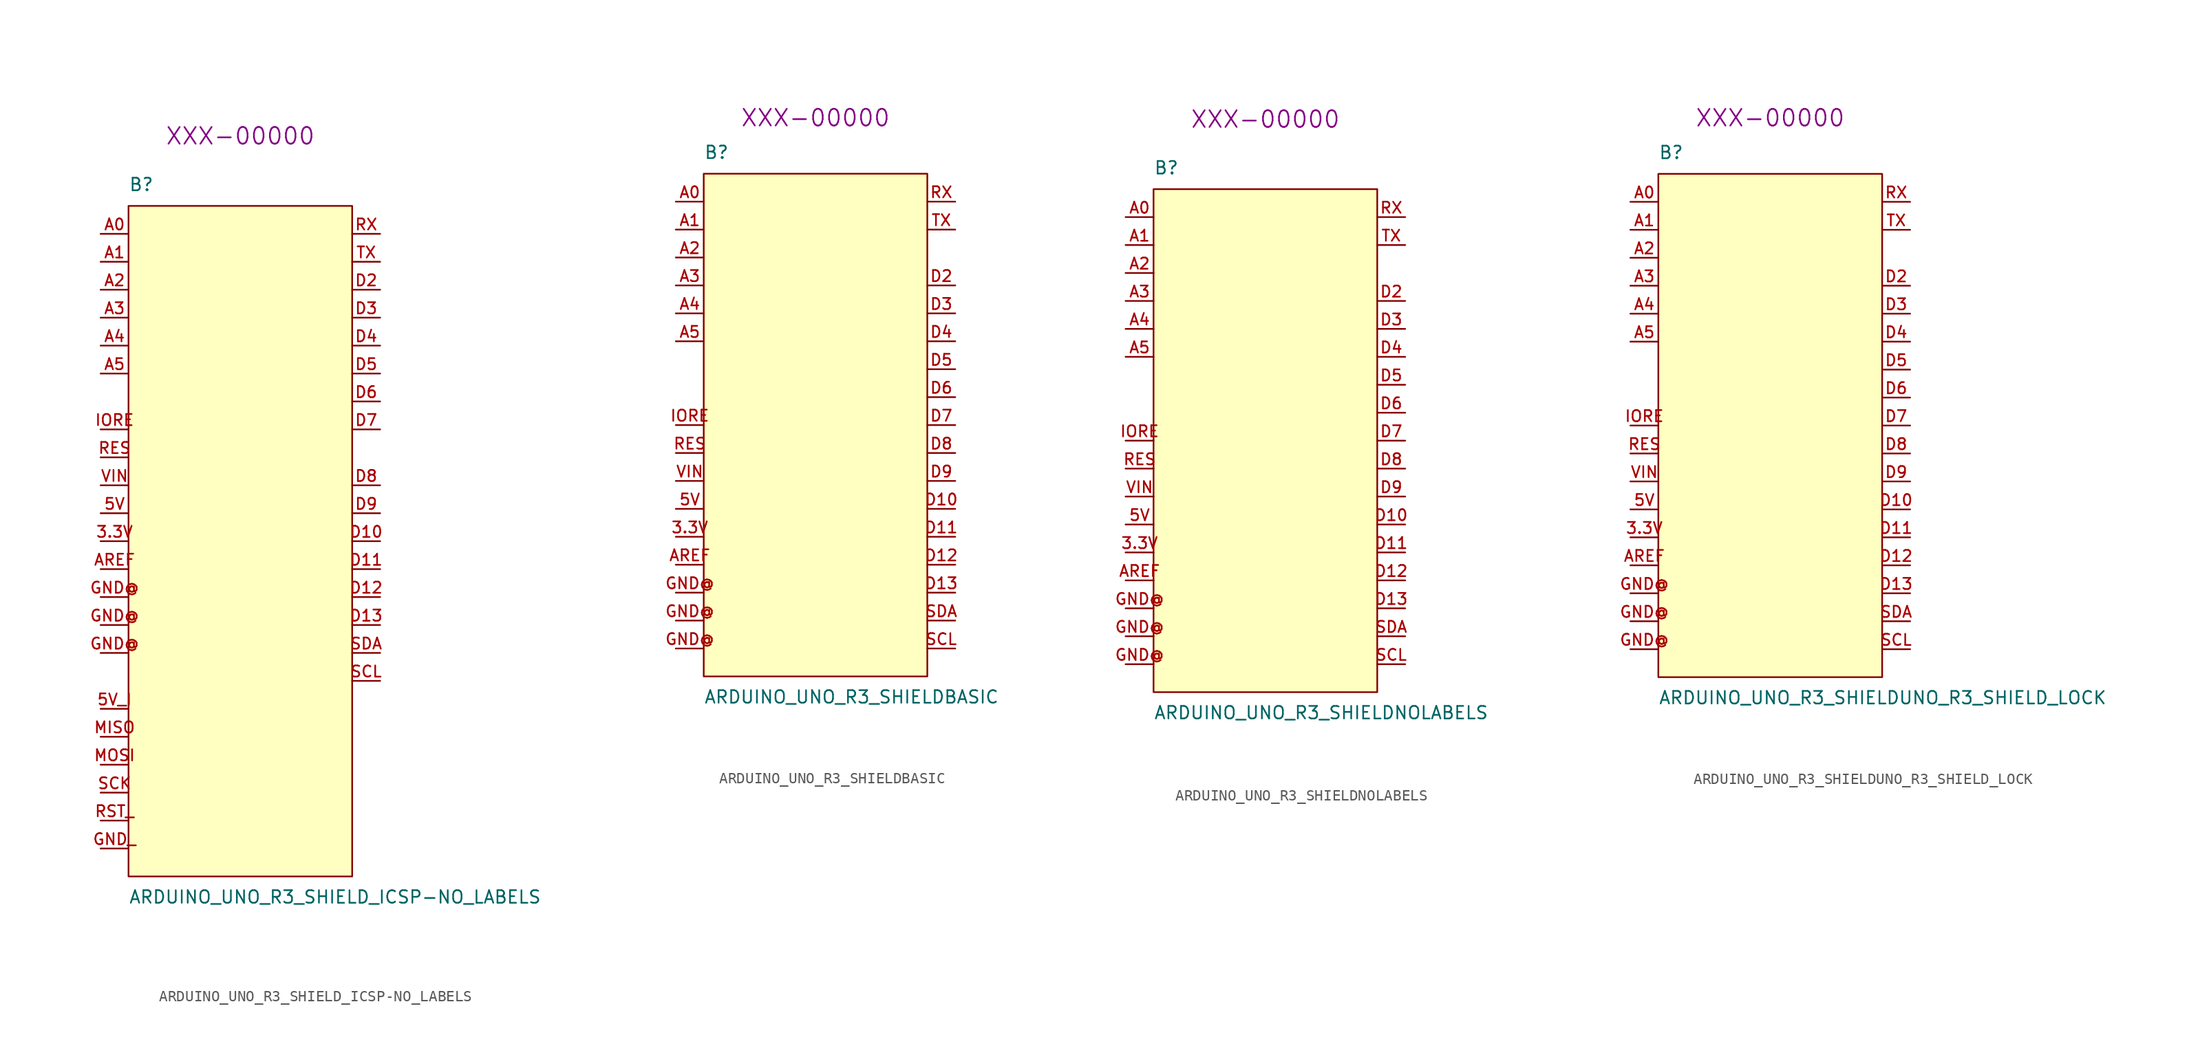
<source format=kicad_sym>
(kicad_symbol_lib
  (version 20201005)
  (generator kicad_symbol_editor)
  (symbol "ARDUINO_UNO_R3_SHIELD_ICSP-NO_LABELS"
    (pin_names
      (offset 1.016) hide)
    (property "Reference" "B"
      (at -10.16 31.75 0)
      (effects (font (size 1.143 1.143)) (justify left bottom)))
    (property "Value" "ARDUINO_UNO_R3_SHIELD_ICSP-NO_LABELS"
      (at -10.16 -33.02 0)
      (effects (font (size 1.143 1.143)) (justify left bottom)))
    (property "Field4" "XXX-00000"
      (at 0 36.83 0)
      (effects (font (size 1.524 1.524))))
    (property "ki_locked" ""
      (at 0 0 0)
      (effects (font (size 1.27 1.27))))
    (symbol "ARDUINO_UNO_R3_SHIELD_ICSP-NO_LABELS_1_1"
      (polyline (pts (xy -10.16 -30.48) (xy -10.16 30.48) (xy 10.16 30.48) (xy 10.16 -30.48) (xy -10.16 -30.48)) (stroke (width 0)) (fill (type background)))
      (pin bidirectional line (at -12.7 27.94 0) (length 2.54) (name "A0" (effects (font (size 1.016 1.016)))) (number "A0" (effects (font (size 1.016 1.016)))))
      (pin bidirectional line (at -12.7 25.4 0) (length 2.54) (name "A1" (effects (font (size 1.016 1.016)))) (number "A1" (effects (font (size 1.016 1.016)))))
      (pin bidirectional line (at -12.7 22.86 0) (length 2.54) (name "A2" (effects (font (size 1.016 1.016)))) (number "A2" (effects (font (size 1.016 1.016)))))
      (pin bidirectional line (at 12.7 22.86 180) (length 2.54) (name "D2" (effects (font (size 1.016 1.016)))) (number "D2" (effects (font (size 1.016 1.016)))))
      (pin bidirectional line (at -12.7 20.32 0) (length 2.54) (name "A3" (effects (font (size 1.016 1.016)))) (number "A3" (effects (font (size 1.016 1.016)))))
      (pin bidirectional line (at 12.7 20.32 180) (length 2.54) (name "*D3" (effects (font (size 1.016 1.016)))) (number "D3" (effects (font (size 1.016 1.016)))))
      (pin bidirectional line (at -12.7 17.78 0) (length 2.54) (name "A4" (effects (font (size 1.016 1.016)))) (number "A4" (effects (font (size 1.016 1.016)))))
      (pin bidirectional line (at 12.7 17.78 180) (length 2.54) (name "D4" (effects (font (size 1.016 1.016)))) (number "D4" (effects (font (size 1.016 1.016)))))
      (pin bidirectional line (at -12.7 15.24 0) (length 2.54) (name "A5" (effects (font (size 1.016 1.016)))) (number "A5" (effects (font (size 1.016 1.016)))))
      (pin bidirectional line (at 12.7 15.24 180) (length 2.54) (name "*D5" (effects (font (size 1.016 1.016)))) (number "D5" (effects (font (size 1.016 1.016)))))
      (pin bidirectional line (at 12.7 12.7 180) (length 2.54) (name "*D6" (effects (font (size 1.016 1.016)))) (number "D6" (effects (font (size 1.016 1.016)))))
      (pin bidirectional line (at 12.7 10.16 180) (length 2.54) (name "D7" (effects (font (size 1.016 1.016)))) (number "D7" (effects (font (size 1.016 1.016)))))
      (pin bidirectional line (at 12.7 5.08 180) (length 2.54) (name "D8" (effects (font (size 1.016 1.016)))) (number "D8" (effects (font (size 1.016 1.016)))))
      (pin bidirectional line (at 12.7 2.54 180) (length 2.54) (name "*D9" (effects (font (size 1.016 1.016)))) (number "D9" (effects (font (size 1.016 1.016)))))
      (pin bidirectional line (at -12.7 2.54 0) (length 2.54) (name "5V" (effects (font (size 1.016 1.016)))) (number "5V" (effects (font (size 1.016 1.016)))))
      (pin bidirectional line (at 12.7 27.94 180) (length 2.54) (name "D0" (effects (font (size 1.016 1.016)))) (number "RX" (effects (font (size 1.016 1.016)))))
      (pin bidirectional line (at 12.7 25.4 180) (length 2.54) (name "D1" (effects (font (size 1.016 1.016)))) (number "TX" (effects (font (size 1.016 1.016)))))
      (pin bidirectional line (at 12.7 0 180) (length 2.54) (name "*D10" (effects (font (size 1.016 1.016)))) (number "D10" (effects (font (size 1.016 1.016)))))
      (pin bidirectional line (at 12.7 -2.54 180) (length 2.54) (name "*D11" (effects (font (size 1.016 1.016)))) (number "D11" (effects (font (size 1.016 1.016)))))
      (pin bidirectional line (at 12.7 -5.08 180) (length 2.54) (name "D12" (effects (font (size 1.016 1.016)))) (number "D12" (effects (font (size 1.016 1.016)))))
      (pin bidirectional line (at 12.7 -7.62 180) (length 2.54) (name "D13" (effects (font (size 1.016 1.016)))) (number "D13" (effects (font (size 1.016 1.016)))))
      (pin bidirectional line (at 12.7 -10.16 180) (length 2.54) (name "SDA" (effects (font (size 1.016 1.016)))) (number "SDA" (effects (font (size 1.016 1.016)))))
      (pin bidirectional line (at -12.7 -22.86 0) (length 2.54) (name "SCK" (effects (font (size 1.016 1.016)))) (number "SCK" (effects (font (size 1.016 1.016)))))
      (pin bidirectional line (at 12.7 -12.7 180) (length 2.54) (name "SCL" (effects (font (size 1.016 1.016)))) (number "SCL" (effects (font (size 1.016 1.016)))))
      (pin bidirectional line (at -12.7 5.08 0) (length 2.54) (name "VIN" (effects (font (size 1.016 1.016)))) (number "VIN" (effects (font (size 1.016 1.016)))))
      (pin bidirectional line (at -12.7 7.62 0) (length 2.54) (name "~RESET~" (effects (font (size 1.016 1.016)))) (number "RES" (effects (font (size 1.016 1.016)))))
      (pin bidirectional line (at -12.7 -10.16 0) (length 2.54) (name "GND" (effects (font (size 1.016 1.016)))) (number "GND@" (effects (font (size 1.016 1.016)))))
      (pin bidirectional line (at -12.7 -7.62 0) (length 2.54) (name "GND" (effects (font (size 1.016 1.016)))) (number "GND@" (effects (font (size 1.016 1.016)))))
      (pin bidirectional line (at -12.7 -5.08 0) (length 2.54) (name "GND" (effects (font (size 1.016 1.016)))) (number "GND@" (effects (font (size 1.016 1.016)))))
      (pin bidirectional line (at -12.7 10.16 0) (length 2.54) (name "IOREF" (effects (font (size 1.016 1.016)))) (number "IORE" (effects (font (size 1.016 1.016)))))
      (pin bidirectional line (at -12.7 -2.54 0) (length 2.54) (name "AREF" (effects (font (size 1.016 1.016)))) (number "AREF" (effects (font (size 1.016 1.016)))))
      (pin bidirectional line (at -12.7 -20.32 0) (length 2.54) (name "MOSI" (effects (font (size 1.016 1.016)))) (number "MOSI" (effects (font (size 1.016 1.016)))))
      (pin bidirectional line (at -12.7 -15.24 0) (length 2.54) (name "VCC" (effects (font (size 1.016 1.016)))) (number "5V_I" (effects (font (size 1.016 1.016)))))
      (pin bidirectional line (at -12.7 -17.78 0) (length 2.54) (name "MISO" (effects (font (size 1.016 1.016)))) (number "MISO" (effects (font (size 1.016 1.016)))))
      (pin bidirectional line (at -12.7 0 0) (length 2.54) (name "3.3V" (effects (font (size 1.016 1.016)))) (number "3.3V" (effects (font (size 1.016 1.016)))))
      (pin bidirectional line (at -12.7 -27.94 0) (length 2.54) (name "GND" (effects (font (size 1.016 1.016)))) (number "GND_" (effects (font (size 1.016 1.016)))))
      (pin bidirectional line (at -12.7 -25.4 0) (length 2.54) (name "~RESET~" (effects (font (size 1.016 1.016)))) (number "RST_" (effects (font (size 1.016 1.016)))))))
  (symbol "ARDUINO_UNO_R3_SHIELDBASIC"
    (pin_names
      (offset 1.016) hide)
    (property "Reference" "B"
      (at -10.16 21.59 0)
      (effects (font (size 1.143 1.143)) (justify left bottom)))
    (property "Value" "ARDUINO_UNO_R3_SHIELDBASIC"
      (at -10.16 -27.94 0)
      (effects (font (size 1.143 1.143)) (justify left bottom)))
    (property "Field4" "XXX-00000"
      (at 0 25.4 0)
      (effects (font (size 1.524 1.524))))
    (property "ki_locked" ""
      (at 0 0 0)
      (effects (font (size 1.27 1.27))))
    (symbol "ARDUINO_UNO_R3_SHIELDBASIC_1_1"
      (polyline (pts (xy -10.16 -25.4) (xy -10.16 20.32) (xy 10.16 20.32) (xy 10.16 -25.4) (xy -10.16 -25.4)) (stroke (width 0)) (fill (type background)))
      (pin bidirectional line (at -12.7 17.78 0) (length 2.54) (name "A0" (effects (font (size 1.016 1.016)))) (number "A0" (effects (font (size 1.016 1.016)))))
      (pin bidirectional line (at -12.7 15.24 0) (length 2.54) (name "A1" (effects (font (size 1.016 1.016)))) (number "A1" (effects (font (size 1.016 1.016)))))
      (pin bidirectional line (at -12.7 12.7 0) (length 2.54) (name "A2" (effects (font (size 1.016 1.016)))) (number "A2" (effects (font (size 1.016 1.016)))))
      (pin bidirectional line (at 12.7 10.16 180) (length 2.54) (name "D2" (effects (font (size 1.016 1.016)))) (number "D2" (effects (font (size 1.016 1.016)))))
      (pin bidirectional line (at -12.7 10.16 0) (length 2.54) (name "A3" (effects (font (size 1.016 1.016)))) (number "A3" (effects (font (size 1.016 1.016)))))
      (pin bidirectional line (at 12.7 7.62 180) (length 2.54) (name "*D3" (effects (font (size 1.016 1.016)))) (number "D3" (effects (font (size 1.016 1.016)))))
      (pin bidirectional line (at -12.7 7.62 0) (length 2.54) (name "A4" (effects (font (size 1.016 1.016)))) (number "A4" (effects (font (size 1.016 1.016)))))
      (pin bidirectional line (at 12.7 5.08 180) (length 2.54) (name "D4" (effects (font (size 1.016 1.016)))) (number "D4" (effects (font (size 1.016 1.016)))))
      (pin bidirectional line (at -12.7 5.08 0) (length 2.54) (name "A5" (effects (font (size 1.016 1.016)))) (number "A5" (effects (font (size 1.016 1.016)))))
      (pin bidirectional line (at 12.7 2.54 180) (length 2.54) (name "*D5" (effects (font (size 1.016 1.016)))) (number "D5" (effects (font (size 1.016 1.016)))))
      (pin bidirectional line (at 12.7 0 180) (length 2.54) (name "*D6" (effects (font (size 1.016 1.016)))) (number "D6" (effects (font (size 1.016 1.016)))))
      (pin bidirectional line (at 12.7 -2.54 180) (length 2.54) (name "D7" (effects (font (size 1.016 1.016)))) (number "D7" (effects (font (size 1.016 1.016)))))
      (pin bidirectional line (at 12.7 -5.08 180) (length 2.54) (name "D8" (effects (font (size 1.016 1.016)))) (number "D8" (effects (font (size 1.016 1.016)))))
      (pin bidirectional line (at 12.7 -7.62 180) (length 2.54) (name "*D9" (effects (font (size 1.016 1.016)))) (number "D9" (effects (font (size 1.016 1.016)))))
      (pin bidirectional line (at -12.7 -10.16 0) (length 2.54) (name "5V" (effects (font (size 1.016 1.016)))) (number "5V" (effects (font (size 1.016 1.016)))))
      (pin bidirectional line (at 12.7 17.78 180) (length 2.54) (name "RX" (effects (font (size 1.016 1.016)))) (number "RX" (effects (font (size 1.016 1.016)))))
      (pin bidirectional line (at 12.7 15.24 180) (length 2.54) (name "TX" (effects (font (size 1.016 1.016)))) (number "TX" (effects (font (size 1.016 1.016)))))
      (pin bidirectional line (at 12.7 -10.16 180) (length 2.54) (name "*D10" (effects (font (size 1.016 1.016)))) (number "D10" (effects (font (size 1.016 1.016)))))
      (pin bidirectional line (at 12.7 -12.7 180) (length 2.54) (name "*D11" (effects (font (size 1.016 1.016)))) (number "D11" (effects (font (size 1.016 1.016)))))
      (pin bidirectional line (at 12.7 -15.24 180) (length 2.54) (name "D12" (effects (font (size 1.016 1.016)))) (number "D12" (effects (font (size 1.016 1.016)))))
      (pin bidirectional line (at 12.7 -17.78 180) (length 2.54) (name "D13" (effects (font (size 1.016 1.016)))) (number "D13" (effects (font (size 1.016 1.016)))))
      (pin bidirectional line (at 12.7 -20.32 180) (length 2.54) (name "SDA" (effects (font (size 1.016 1.016)))) (number "SDA" (effects (font (size 1.016 1.016)))))
      (pin bidirectional line (at 12.7 -22.86 180) (length 2.54) (name "SCL" (effects (font (size 1.016 1.016)))) (number "SCL" (effects (font (size 1.016 1.016)))))
      (pin bidirectional line (at -12.7 -7.62 0) (length 2.54) (name "VIN" (effects (font (size 1.016 1.016)))) (number "VIN" (effects (font (size 1.016 1.016)))))
      (pin bidirectional line (at -12.7 -5.08 0) (length 2.54) (name "RES" (effects (font (size 1.016 1.016)))) (number "RES" (effects (font (size 1.016 1.016)))))
      (pin bidirectional line (at -12.7 -22.86 0) (length 2.54) (name "GND" (effects (font (size 1.016 1.016)))) (number "GND@" (effects (font (size 1.016 1.016)))))
      (pin bidirectional line (at -12.7 -20.32 0) (length 2.54) (name "GND" (effects (font (size 1.016 1.016)))) (number "GND@" (effects (font (size 1.016 1.016)))))
      (pin bidirectional line (at -12.7 -17.78 0) (length 2.54) (name "GND" (effects (font (size 1.016 1.016)))) (number "GND@" (effects (font (size 1.016 1.016)))))
      (pin bidirectional line (at -12.7 -2.54 0) (length 2.54) (name "IOREF" (effects (font (size 1.016 1.016)))) (number "IORE" (effects (font (size 1.016 1.016)))))
      (pin bidirectional line (at -12.7 -15.24 0) (length 2.54) (name "AREF" (effects (font (size 1.016 1.016)))) (number "AREF" (effects (font (size 1.016 1.016)))))
      (pin bidirectional line (at -12.7 -12.7 0) (length 2.54) (name "3.3V" (effects (font (size 1.016 1.016)))) (number "3.3V" (effects (font (size 1.016 1.016)))))))
  (symbol "ARDUINO_UNO_R3_SHIELDNOLABELS"
    (pin_names
      (offset 1.016) hide)
    (property "Reference" "B"
      (at -10.16 21.59 0)
      (effects (font (size 1.143 1.143)) (justify left bottom)))
    (property "Value" "ARDUINO_UNO_R3_SHIELDNOLABELS"
      (at -10.16 -27.94 0)
      (effects (font (size 1.143 1.143)) (justify left bottom)))
    (property "Field4" "XXX-00000"
      (at 0 26.67 0)
      (effects (font (size 1.524 1.524))))
    (property "ki_locked" ""
      (at 0 0 0)
      (effects (font (size 1.27 1.27))))
    (symbol "ARDUINO_UNO_R3_SHIELDNOLABELS_1_1"
      (polyline (pts (xy -10.16 -25.4) (xy -10.16 20.32) (xy 10.16 20.32) (xy 10.16 -25.4) (xy -10.16 -25.4)) (stroke (width 0)) (fill (type background)))
      (pin bidirectional line (at -12.7 17.78 0) (length 2.54) (name "A0" (effects (font (size 1.016 1.016)))) (number "A0" (effects (font (size 1.016 1.016)))))
      (pin bidirectional line (at -12.7 15.24 0) (length 2.54) (name "A1" (effects (font (size 1.016 1.016)))) (number "A1" (effects (font (size 1.016 1.016)))))
      (pin bidirectional line (at -12.7 12.7 0) (length 2.54) (name "A2" (effects (font (size 1.016 1.016)))) (number "A2" (effects (font (size 1.016 1.016)))))
      (pin bidirectional line (at 12.7 10.16 180) (length 2.54) (name "D2" (effects (font (size 1.016 1.016)))) (number "D2" (effects (font (size 1.016 1.016)))))
      (pin bidirectional line (at -12.7 10.16 0) (length 2.54) (name "A3" (effects (font (size 1.016 1.016)))) (number "A3" (effects (font (size 1.016 1.016)))))
      (pin bidirectional line (at 12.7 7.62 180) (length 2.54) (name "*D3" (effects (font (size 1.016 1.016)))) (number "D3" (effects (font (size 1.016 1.016)))))
      (pin bidirectional line (at -12.7 7.62 0) (length 2.54) (name "A4" (effects (font (size 1.016 1.016)))) (number "A4" (effects (font (size 1.016 1.016)))))
      (pin bidirectional line (at 12.7 5.08 180) (length 2.54) (name "D4" (effects (font (size 1.016 1.016)))) (number "D4" (effects (font (size 1.016 1.016)))))
      (pin bidirectional line (at -12.7 5.08 0) (length 2.54) (name "A5" (effects (font (size 1.016 1.016)))) (number "A5" (effects (font (size 1.016 1.016)))))
      (pin bidirectional line (at 12.7 2.54 180) (length 2.54) (name "*D5" (effects (font (size 1.016 1.016)))) (number "D5" (effects (font (size 1.016 1.016)))))
      (pin bidirectional line (at 12.7 0 180) (length 2.54) (name "*D6" (effects (font (size 1.016 1.016)))) (number "D6" (effects (font (size 1.016 1.016)))))
      (pin bidirectional line (at 12.7 -2.54 180) (length 2.54) (name "D7" (effects (font (size 1.016 1.016)))) (number "D7" (effects (font (size 1.016 1.016)))))
      (pin bidirectional line (at 12.7 -5.08 180) (length 2.54) (name "D8" (effects (font (size 1.016 1.016)))) (number "D8" (effects (font (size 1.016 1.016)))))
      (pin bidirectional line (at 12.7 -7.62 180) (length 2.54) (name "*D9" (effects (font (size 1.016 1.016)))) (number "D9" (effects (font (size 1.016 1.016)))))
      (pin bidirectional line (at -12.7 -10.16 0) (length 2.54) (name "5V" (effects (font (size 1.016 1.016)))) (number "5V" (effects (font (size 1.016 1.016)))))
      (pin bidirectional line (at 12.7 17.78 180) (length 2.54) (name "RX" (effects (font (size 1.016 1.016)))) (number "RX" (effects (font (size 1.016 1.016)))))
      (pin bidirectional line (at 12.7 15.24 180) (length 2.54) (name "TX" (effects (font (size 1.016 1.016)))) (number "TX" (effects (font (size 1.016 1.016)))))
      (pin bidirectional line (at 12.7 -10.16 180) (length 2.54) (name "*D10" (effects (font (size 1.016 1.016)))) (number "D10" (effects (font (size 1.016 1.016)))))
      (pin bidirectional line (at 12.7 -12.7 180) (length 2.54) (name "*D11" (effects (font (size 1.016 1.016)))) (number "D11" (effects (font (size 1.016 1.016)))))
      (pin bidirectional line (at 12.7 -15.24 180) (length 2.54) (name "D12" (effects (font (size 1.016 1.016)))) (number "D12" (effects (font (size 1.016 1.016)))))
      (pin bidirectional line (at 12.7 -17.78 180) (length 2.54) (name "D13" (effects (font (size 1.016 1.016)))) (number "D13" (effects (font (size 1.016 1.016)))))
      (pin bidirectional line (at 12.7 -20.32 180) (length 2.54) (name "SDA" (effects (font (size 1.016 1.016)))) (number "SDA" (effects (font (size 1.016 1.016)))))
      (pin bidirectional line (at 12.7 -22.86 180) (length 2.54) (name "SCL" (effects (font (size 1.016 1.016)))) (number "SCL" (effects (font (size 1.016 1.016)))))
      (pin bidirectional line (at -12.7 -7.62 0) (length 2.54) (name "VIN" (effects (font (size 1.016 1.016)))) (number "VIN" (effects (font (size 1.016 1.016)))))
      (pin bidirectional line (at -12.7 -5.08 0) (length 2.54) (name "RES" (effects (font (size 1.016 1.016)))) (number "RES" (effects (font (size 1.016 1.016)))))
      (pin bidirectional line (at -12.7 -22.86 0) (length 2.54) (name "GND" (effects (font (size 1.016 1.016)))) (number "GND@" (effects (font (size 1.016 1.016)))))
      (pin bidirectional line (at -12.7 -20.32 0) (length 2.54) (name "GND" (effects (font (size 1.016 1.016)))) (number "GND@" (effects (font (size 1.016 1.016)))))
      (pin bidirectional line (at -12.7 -17.78 0) (length 2.54) (name "GND" (effects (font (size 1.016 1.016)))) (number "GND@" (effects (font (size 1.016 1.016)))))
      (pin bidirectional line (at -12.7 -2.54 0) (length 2.54) (name "IOREF" (effects (font (size 1.016 1.016)))) (number "IORE" (effects (font (size 1.016 1.016)))))
      (pin bidirectional line (at -12.7 -15.24 0) (length 2.54) (name "AREF" (effects (font (size 1.016 1.016)))) (number "AREF" (effects (font (size 1.016 1.016)))))
      (pin bidirectional line (at -12.7 -12.7 0) (length 2.54) (name "3.3V" (effects (font (size 1.016 1.016)))) (number "3.3V" (effects (font (size 1.016 1.016)))))))
  (symbol "ARDUINO_UNO_R3_SHIELDUNO_R3_SHIELD_LOCK"
    (pin_names
      (offset 1.016) hide)
    (property "Reference" "B"
      (at -10.16 21.59 0)
      (effects (font (size 1.143 1.143)) (justify left bottom)))
    (property "Value" "ARDUINO_UNO_R3_SHIELDUNO_R3_SHIELD_LOCK"
      (at -10.16 -27.94 0)
      (effects (font (size 1.143 1.143)) (justify left bottom)))
    (property "Field4" "XXX-00000"
      (at 0 25.4 0)
      (effects (font (size 1.524 1.524))))
    (property "ki_locked" ""
      (at 0 0 0)
      (effects (font (size 1.27 1.27))))
    (symbol "ARDUINO_UNO_R3_SHIELDUNO_R3_SHIELD_LOCK_1_1"
      (polyline (pts (xy -10.16 -25.4) (xy -10.16 20.32) (xy 10.16 20.32) (xy 10.16 -25.4) (xy -10.16 -25.4)) (stroke (width 0)) (fill (type background)))
      (pin bidirectional line (at -12.7 17.78 0) (length 2.54) (name "A0" (effects (font (size 1.016 1.016)))) (number "A0" (effects (font (size 1.016 1.016)))))
      (pin bidirectional line (at -12.7 15.24 0) (length 2.54) (name "A1" (effects (font (size 1.016 1.016)))) (number "A1" (effects (font (size 1.016 1.016)))))
      (pin bidirectional line (at -12.7 12.7 0) (length 2.54) (name "A2" (effects (font (size 1.016 1.016)))) (number "A2" (effects (font (size 1.016 1.016)))))
      (pin bidirectional line (at 12.7 10.16 180) (length 2.54) (name "D2" (effects (font (size 1.016 1.016)))) (number "D2" (effects (font (size 1.016 1.016)))))
      (pin bidirectional line (at -12.7 10.16 0) (length 2.54) (name "A3" (effects (font (size 1.016 1.016)))) (number "A3" (effects (font (size 1.016 1.016)))))
      (pin bidirectional line (at 12.7 7.62 180) (length 2.54) (name "*D3" (effects (font (size 1.016 1.016)))) (number "D3" (effects (font (size 1.016 1.016)))))
      (pin bidirectional line (at -12.7 7.62 0) (length 2.54) (name "A4" (effects (font (size 1.016 1.016)))) (number "A4" (effects (font (size 1.016 1.016)))))
      (pin bidirectional line (at 12.7 5.08 180) (length 2.54) (name "D4" (effects (font (size 1.016 1.016)))) (number "D4" (effects (font (size 1.016 1.016)))))
      (pin bidirectional line (at -12.7 5.08 0) (length 2.54) (name "A5" (effects (font (size 1.016 1.016)))) (number "A5" (effects (font (size 1.016 1.016)))))
      (pin bidirectional line (at 12.7 2.54 180) (length 2.54) (name "*D5" (effects (font (size 1.016 1.016)))) (number "D5" (effects (font (size 1.016 1.016)))))
      (pin bidirectional line (at 12.7 0 180) (length 2.54) (name "*D6" (effects (font (size 1.016 1.016)))) (number "D6" (effects (font (size 1.016 1.016)))))
      (pin bidirectional line (at 12.7 -2.54 180) (length 2.54) (name "D7" (effects (font (size 1.016 1.016)))) (number "D7" (effects (font (size 1.016 1.016)))))
      (pin bidirectional line (at 12.7 -5.08 180) (length 2.54) (name "D8" (effects (font (size 1.016 1.016)))) (number "D8" (effects (font (size 1.016 1.016)))))
      (pin bidirectional line (at 12.7 -7.62 180) (length 2.54) (name "*D9" (effects (font (size 1.016 1.016)))) (number "D9" (effects (font (size 1.016 1.016)))))
      (pin bidirectional line (at -12.7 -10.16 0) (length 2.54) (name "5V" (effects (font (size 1.016 1.016)))) (number "5V" (effects (font (size 1.016 1.016)))))
      (pin bidirectional line (at 12.7 17.78 180) (length 2.54) (name "RX" (effects (font (size 1.016 1.016)))) (number "RX" (effects (font (size 1.016 1.016)))))
      (pin bidirectional line (at 12.7 15.24 180) (length 2.54) (name "TX" (effects (font (size 1.016 1.016)))) (number "TX" (effects (font (size 1.016 1.016)))))
      (pin bidirectional line (at 12.7 -10.16 180) (length 2.54) (name "*D10" (effects (font (size 1.016 1.016)))) (number "D10" (effects (font (size 1.016 1.016)))))
      (pin bidirectional line (at 12.7 -12.7 180) (length 2.54) (name "*D11" (effects (font (size 1.016 1.016)))) (number "D11" (effects (font (size 1.016 1.016)))))
      (pin bidirectional line (at 12.7 -15.24 180) (length 2.54) (name "D12" (effects (font (size 1.016 1.016)))) (number "D12" (effects (font (size 1.016 1.016)))))
      (pin bidirectional line (at 12.7 -17.78 180) (length 2.54) (name "D13" (effects (font (size 1.016 1.016)))) (number "D13" (effects (font (size 1.016 1.016)))))
      (pin bidirectional line (at 12.7 -20.32 180) (length 2.54) (name "SDA" (effects (font (size 1.016 1.016)))) (number "SDA" (effects (font (size 1.016 1.016)))))
      (pin bidirectional line (at 12.7 -22.86 180) (length 2.54) (name "SCL" (effects (font (size 1.016 1.016)))) (number "SCL" (effects (font (size 1.016 1.016)))))
      (pin bidirectional line (at -12.7 -7.62 0) (length 2.54) (name "VIN" (effects (font (size 1.016 1.016)))) (number "VIN" (effects (font (size 1.016 1.016)))))
      (pin bidirectional line (at -12.7 -5.08 0) (length 2.54) (name "RES" (effects (font (size 1.016 1.016)))) (number "RES" (effects (font (size 1.016 1.016)))))
      (pin bidirectional line (at -12.7 -22.86 0) (length 2.54) (name "GND" (effects (font (size 1.016 1.016)))) (number "GND@" (effects (font (size 1.016 1.016)))))
      (pin bidirectional line (at -12.7 -20.32 0) (length 2.54) (name "GND" (effects (font (size 1.016 1.016)))) (number "GND@" (effects (font (size 1.016 1.016)))))
      (pin bidirectional line (at -12.7 -17.78 0) (length 2.54) (name "GND" (effects (font (size 1.016 1.016)))) (number "GND@" (effects (font (size 1.016 1.016)))))
      (pin bidirectional line (at -12.7 -2.54 0) (length 2.54) (name "IOREF" (effects (font (size 1.016 1.016)))) (number "IORE" (effects (font (size 1.016 1.016)))))
      (pin bidirectional line (at -12.7 -15.24 0) (length 2.54) (name "AREF" (effects (font (size 1.016 1.016)))) (number "AREF" (effects (font (size 1.016 1.016)))))
      (pin bidirectional line (at -12.7 -12.7 0) (length 2.54) (name "3.3V" (effects (font (size 1.016 1.016)))) (number "3.3V" (effects (font (size 1.016 1.016))))))))
</source>
